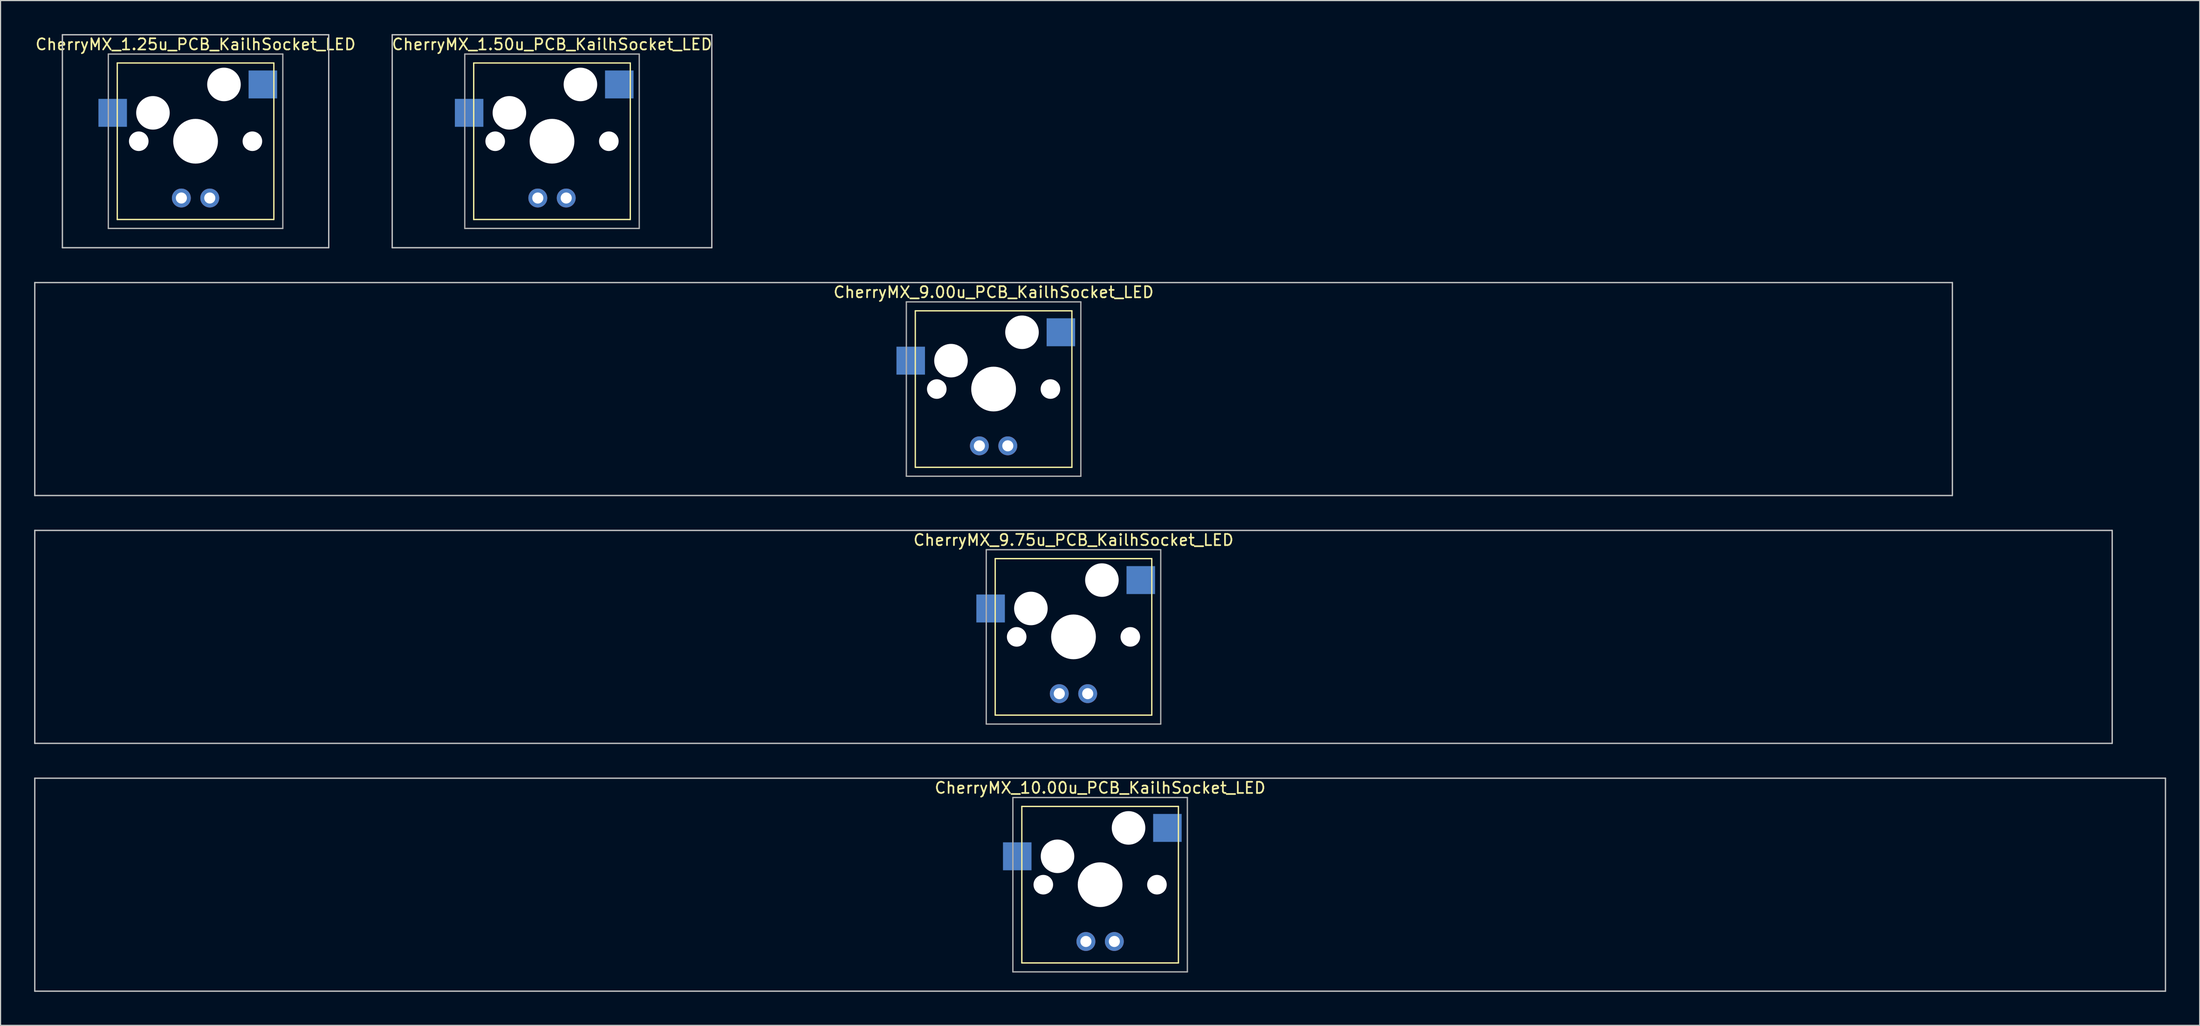
<source format=kicad_pcb>
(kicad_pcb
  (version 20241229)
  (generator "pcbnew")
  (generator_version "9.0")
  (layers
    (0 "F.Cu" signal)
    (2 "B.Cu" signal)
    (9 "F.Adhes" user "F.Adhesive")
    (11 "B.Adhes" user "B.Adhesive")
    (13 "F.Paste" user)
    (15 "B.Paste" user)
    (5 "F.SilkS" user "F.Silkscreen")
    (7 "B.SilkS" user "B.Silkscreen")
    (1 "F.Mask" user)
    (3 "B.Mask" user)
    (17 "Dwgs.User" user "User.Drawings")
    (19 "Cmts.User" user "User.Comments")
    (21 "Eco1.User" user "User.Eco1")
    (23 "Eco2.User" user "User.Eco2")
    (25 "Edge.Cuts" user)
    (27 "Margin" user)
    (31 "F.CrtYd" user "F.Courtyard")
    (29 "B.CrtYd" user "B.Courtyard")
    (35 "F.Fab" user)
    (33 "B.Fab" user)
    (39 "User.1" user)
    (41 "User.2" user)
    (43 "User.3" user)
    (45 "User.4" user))
  (footprint "CherryMX_1.50u_PCB_KailhSocket_LED"
    (layer "F.Cu")
    (at 46.304 9.585)
    (property "Reference" "CherryMX_1.50u_PCB_KailhSocket_LED" (at 0 -8.662 0) (layer "F.SilkS") (effects (font (size 1 1) (thickness 0.15))))
    (attr through_hole)
    (fp_line (start -7 -7) (end -7 7) (stroke (width 0.12) (type solid)) (layer "F.SilkS"))
    (fp_line (start -7 -7) (end 7 -7) (stroke (width 0.12) (type solid)) (layer "F.SilkS"))
    (fp_line (start 7 -7) (end 7 7) (stroke (width 0.12) (type solid)) (layer "F.SilkS"))
    (fp_line (start 7 7) (end -7 7) (stroke (width 0.12) (type solid)) (layer "F.SilkS"))
    (fp_line (start -14.287 -9.525) (end 14.287 -9.525) (stroke (width 0.12) (type solid)) (layer "Dwgs.User"))
    (fp_line (start -14.287 9.525) (end -14.287 -9.525) (stroke (width 0.12) (type solid)) (layer "Dwgs.User"))
    (fp_line (start 14.287 -9.525) (end 14.287 9.525) (stroke (width 0.12) (type solid)) (layer "Dwgs.User"))
    (fp_line (start 14.287 9.525) (end -14.287 9.525) (stroke (width 0.12) (type solid)) (layer "Dwgs.User"))
    (fp_line (start -7.8 -7.8) (end -7.8 7.8) (stroke (width 0.12) (type solid)) (layer "F.Fab"))
    (fp_line (start -7.8 -7.8) (end 7.8 -7.8) (stroke (width 0.12) (type solid)) (layer "F.Fab"))
    (fp_line (start -7.8 7.8) (end 7.8 7.8) (stroke (width 0.12) (type solid)) (layer "F.Fab"))
    (fp_line (start 7.8 -7.8) (end 7.8 7.8) (stroke (width 0.12) (type solid)) (layer "F.Fab"))
    (pad "" np_thru_hole circle (at -5.08 0) (size 1.75 1.75) (drill 1.75) (layers "*.Cu" "*.Mask"))
    (pad "" np_thru_hole circle (at -3.81 -2.54) (size 3 3) (drill 3) (layers "*.Cu" "*.Mask"))
    (pad "" np_thru_hole circle (at 0 0) (size 4 4) (drill 4) (layers "*.Cu" "*.Mask"))
    (pad "" np_thru_hole circle (at 2.54 -5.08) (size 3 3) (drill 3) (layers "*.Cu" "*.Mask"))
    (pad "" np_thru_hole circle (at 5.08 0) (size 1.75 1.75) (drill 1.75) (layers "*.Cu" "*.Mask"))
    (pad "1" smd rect (at -7.41 -2.54) (size 2.55 2.5) (layers "B.Cu" "B.Mask" "B.Paste"))
    (pad "2" smd rect (at 6.015 -5.08) (size 2.55 2.5) (layers "B.Cu" "B.Mask" "B.Paste"))
    (pad "3" thru_hole circle (at -1.27 5.08) (size 1.691 1.691) (drill 0.991) (layers "*.Cu" "*.Mask"))
    (pad "4" thru_hole circle (at 1.27 5.08) (size 1.691 1.691) (drill 0.991) (layers "*.Cu" "*.Mask")))
  (footprint "CherryMX_1.25u_PCB_KailhSocket_LED"
    (layer "F.Cu")
    (at 14.435 9.585)
    (property "Reference" "CherryMX_1.25u_PCB_KailhSocket_LED" (at 0 -8.662 0) (layer "F.SilkS") (effects (font (size 1 1) (thickness 0.15))))
    (attr through_hole)
    (fp_line (start -7 -7) (end -7 7) (stroke (width 0.12) (type solid)) (layer "F.SilkS"))
    (fp_line (start -7 -7) (end 7 -7) (stroke (width 0.12) (type solid)) (layer "F.SilkS"))
    (fp_line (start 7 -7) (end 7 7) (stroke (width 0.12) (type solid)) (layer "F.SilkS"))
    (fp_line (start 7 7) (end -7 7) (stroke (width 0.12) (type solid)) (layer "F.SilkS"))
    (fp_line (start -11.906 -9.525) (end 11.906 -9.525) (stroke (width 0.12) (type solid)) (layer "Dwgs.User"))
    (fp_line (start -11.906 9.525) (end -11.906 -9.525) (stroke (width 0.12) (type solid)) (layer "Dwgs.User"))
    (fp_line (start 11.906 -9.525) (end 11.906 9.525) (stroke (width 0.12) (type solid)) (layer "Dwgs.User"))
    (fp_line (start 11.906 9.525) (end -11.906 9.525) (stroke (width 0.12) (type solid)) (layer "Dwgs.User"))
    (fp_line (start -7.8 -7.8) (end -7.8 7.8) (stroke (width 0.12) (type solid)) (layer "F.Fab"))
    (fp_line (start -7.8 -7.8) (end 7.8 -7.8) (stroke (width 0.12) (type solid)) (layer "F.Fab"))
    (fp_line (start -7.8 7.8) (end 7.8 7.8) (stroke (width 0.12) (type solid)) (layer "F.Fab"))
    (fp_line (start 7.8 -7.8) (end 7.8 7.8) (stroke (width 0.12) (type solid)) (layer "F.Fab"))
    (pad "" np_thru_hole circle (at -5.08 0) (size 1.75 1.75) (drill 1.75) (layers "*.Cu" "*.Mask"))
    (pad "" np_thru_hole circle (at -3.81 -2.54) (size 3 3) (drill 3) (layers "*.Cu" "*.Mask"))
    (pad "" np_thru_hole circle (at 0 0) (size 4 4) (drill 4) (layers "*.Cu" "*.Mask"))
    (pad "" np_thru_hole circle (at 2.54 -5.08) (size 3 3) (drill 3) (layers "*.Cu" "*.Mask"))
    (pad "" np_thru_hole circle (at 5.08 0) (size 1.75 1.75) (drill 1.75) (layers "*.Cu" "*.Mask"))
    (pad "1" smd rect (at -7.41 -2.54) (size 2.55 2.5) (layers "B.Cu" "B.Mask" "B.Paste"))
    (pad "2" smd rect (at 6.015 -5.08) (size 2.55 2.5) (layers "B.Cu" "B.Mask" "B.Paste"))
    (pad "3" thru_hole circle (at -1.27 5.08) (size 1.691 1.691) (drill 0.991) (layers "*.Cu" "*.Mask"))
    (pad "4" thru_hole circle (at 1.27 5.08) (size 1.691 1.691) (drill 0.991) (layers "*.Cu" "*.Mask")))
  (footprint "CherryMX_9.75u_PCB_KailhSocket_LED"
    (layer "F.Cu")
    (at 92.929 53.925)
    (property "Reference" "CherryMX_9.75u_PCB_KailhSocket_LED" (at 0 -8.662 0) (layer "F.SilkS") (effects (font (size 1 1) (thickness 0.15))))
    (attr through_hole)
    (fp_line (start -7 -7) (end -7 7) (stroke (width 0.12) (type solid)) (layer "F.SilkS"))
    (fp_line (start -7 -7) (end 7 -7) (stroke (width 0.12) (type solid)) (layer "F.SilkS"))
    (fp_line (start 7 -7) (end 7 7) (stroke (width 0.12) (type solid)) (layer "F.SilkS"))
    (fp_line (start 7 7) (end -7 7) (stroke (width 0.12) (type solid)) (layer "F.SilkS"))
    (fp_line (start -92.869 -9.525) (end 92.869 -9.525) (stroke (width 0.12) (type solid)) (layer "Dwgs.User"))
    (fp_line (start -92.869 9.525) (end -92.869 -9.525) (stroke (width 0.12) (type solid)) (layer "Dwgs.User"))
    (fp_line (start 92.869 -9.525) (end 92.869 9.525) (stroke (width 0.12) (type solid)) (layer "Dwgs.User"))
    (fp_line (start 92.869 9.525) (end -92.869 9.525) (stroke (width 0.12) (type solid)) (layer "Dwgs.User"))
    (fp_line (start -7.8 -7.8) (end -7.8 7.8) (stroke (width 0.12) (type solid)) (layer "F.Fab"))
    (fp_line (start -7.8 -7.8) (end 7.8 -7.8) (stroke (width 0.12) (type solid)) (layer "F.Fab"))
    (fp_line (start -7.8 7.8) (end 7.8 7.8) (stroke (width 0.12) (type solid)) (layer "F.Fab"))
    (fp_line (start 7.8 -7.8) (end 7.8 7.8) (stroke (width 0.12) (type solid)) (layer "F.Fab"))
    (pad "" np_thru_hole circle (at -5.08 0) (size 1.75 1.75) (drill 1.75) (layers "*.Cu" "*.Mask"))
    (pad "" np_thru_hole circle (at -3.81 -2.54) (size 3 3) (drill 3) (layers "*.Cu" "*.Mask"))
    (pad "" np_thru_hole circle (at 0 0) (size 4 4) (drill 4) (layers "*.Cu" "*.Mask"))
    (pad "" np_thru_hole circle (at 2.54 -5.08) (size 3 3) (drill 3) (layers "*.Cu" "*.Mask"))
    (pad "" np_thru_hole circle (at 5.08 0) (size 1.75 1.75) (drill 1.75) (layers "*.Cu" "*.Mask"))
    (pad "1" smd rect (at -7.41 -2.54) (size 2.55 2.5) (layers "B.Cu" "B.Mask" "B.Paste"))
    (pad "2" smd rect (at 6.015 -5.08) (size 2.55 2.5) (layers "B.Cu" "B.Mask" "B.Paste"))
    (pad "3" thru_hole circle (at -1.27 5.08) (size 1.691 1.691) (drill 0.991) (layers "*.Cu" "*.Mask"))
    (pad "4" thru_hole circle (at 1.27 5.08) (size 1.691 1.691) (drill 0.991) (layers "*.Cu" "*.Mask")))
  (footprint "CherryMX_9.00u_PCB_KailhSocket_LED"
    (layer "F.Cu")
    (at 85.785 31.755)
    (property "Reference" "CherryMX_9.00u_PCB_KailhSocket_LED" (at 0 -8.662 0) (layer "F.SilkS") (effects (font (size 1 1) (thickness 0.15))))
    (attr through_hole)
    (fp_line (start -7 -7) (end -7 7) (stroke (width 0.12) (type solid)) (layer "F.SilkS"))
    (fp_line (start -7 -7) (end 7 -7) (stroke (width 0.12) (type solid)) (layer "F.SilkS"))
    (fp_line (start 7 -7) (end 7 7) (stroke (width 0.12) (type solid)) (layer "F.SilkS"))
    (fp_line (start 7 7) (end -7 7) (stroke (width 0.12) (type solid)) (layer "F.SilkS"))
    (fp_line (start -85.725 -9.525) (end 85.725 -9.525) (stroke (width 0.12) (type solid)) (layer "Dwgs.User"))
    (fp_line (start -85.725 9.525) (end -85.725 -9.525) (stroke (width 0.12) (type solid)) (layer "Dwgs.User"))
    (fp_line (start 85.725 -9.525) (end 85.725 9.525) (stroke (width 0.12) (type solid)) (layer "Dwgs.User"))
    (fp_line (start 85.725 9.525) (end -85.725 9.525) (stroke (width 0.12) (type solid)) (layer "Dwgs.User"))
    (fp_line (start -7.8 -7.8) (end -7.8 7.8) (stroke (width 0.12) (type solid)) (layer "F.Fab"))
    (fp_line (start -7.8 -7.8) (end 7.8 -7.8) (stroke (width 0.12) (type solid)) (layer "F.Fab"))
    (fp_line (start -7.8 7.8) (end 7.8 7.8) (stroke (width 0.12) (type solid)) (layer "F.Fab"))
    (fp_line (start 7.8 -7.8) (end 7.8 7.8) (stroke (width 0.12) (type solid)) (layer "F.Fab"))
    (pad "" np_thru_hole circle (at -5.08 0) (size 1.75 1.75) (drill 1.75) (layers "*.Cu" "*.Mask"))
    (pad "" np_thru_hole circle (at -3.81 -2.54) (size 3 3) (drill 3) (layers "*.Cu" "*.Mask"))
    (pad "" np_thru_hole circle (at 0 0) (size 4 4) (drill 4) (layers "*.Cu" "*.Mask"))
    (pad "" np_thru_hole circle (at 2.54 -5.08) (size 3 3) (drill 3) (layers "*.Cu" "*.Mask"))
    (pad "" np_thru_hole circle (at 5.08 0) (size 1.75 1.75) (drill 1.75) (layers "*.Cu" "*.Mask"))
    (pad "1" smd rect (at -7.41 -2.54) (size 2.55 2.5) (layers "B.Cu" "B.Mask" "B.Paste"))
    (pad "2" smd rect (at 6.015 -5.08) (size 2.55 2.5) (layers "B.Cu" "B.Mask" "B.Paste"))
    (pad "3" thru_hole circle (at -1.27 5.08) (size 1.691 1.691) (drill 0.991) (layers "*.Cu" "*.Mask"))
    (pad "4" thru_hole circle (at 1.27 5.08) (size 1.691 1.691) (drill 0.991) (layers "*.Cu" "*.Mask")))
  (footprint "CherryMX_10.00u_PCB_KailhSocket_LED"
    (layer "F.Cu")
    (at 95.31 76.095)
    (property "Reference" "CherryMX_10.00u_PCB_KailhSocket_LED" (at 0 -8.662 0) (layer "F.SilkS") (effects (font (size 1 1) (thickness 0.15))))
    (attr through_hole)
    (fp_line (start -7 -7) (end -7 7) (stroke (width 0.12) (type solid)) (layer "F.SilkS"))
    (fp_line (start -7 -7) (end 7 -7) (stroke (width 0.12) (type solid)) (layer "F.SilkS"))
    (fp_line (start 7 -7) (end 7 7) (stroke (width 0.12) (type solid)) (layer "F.SilkS"))
    (fp_line (start 7 7) (end -7 7) (stroke (width 0.12) (type solid)) (layer "F.SilkS"))
    (fp_line (start -95.25 -9.525) (end 95.25 -9.525) (stroke (width 0.12) (type solid)) (layer "Dwgs.User"))
    (fp_line (start -95.25 9.525) (end -95.25 -9.525) (stroke (width 0.12) (type solid)) (layer "Dwgs.User"))
    (fp_line (start 95.25 -9.525) (end 95.25 9.525) (stroke (width 0.12) (type solid)) (layer "Dwgs.User"))
    (fp_line (start 95.25 9.525) (end -95.25 9.525) (stroke (width 0.12) (type solid)) (layer "Dwgs.User"))
    (fp_line (start -7.8 -7.8) (end -7.8 7.8) (stroke (width 0.12) (type solid)) (layer "F.Fab"))
    (fp_line (start -7.8 -7.8) (end 7.8 -7.8) (stroke (width 0.12) (type solid)) (layer "F.Fab"))
    (fp_line (start -7.8 7.8) (end 7.8 7.8) (stroke (width 0.12) (type solid)) (layer "F.Fab"))
    (fp_line (start 7.8 -7.8) (end 7.8 7.8) (stroke (width 0.12) (type solid)) (layer "F.Fab"))
    (pad "" np_thru_hole circle (at -5.08 0) (size 1.75 1.75) (drill 1.75) (layers "*.Cu" "*.Mask"))
    (pad "" np_thru_hole circle (at -3.81 -2.54) (size 3 3) (drill 3) (layers "*.Cu" "*.Mask"))
    (pad "" np_thru_hole circle (at 0 0) (size 4 4) (drill 4) (layers "*.Cu" "*.Mask"))
    (pad "" np_thru_hole circle (at 2.54 -5.08) (size 3 3) (drill 3) (layers "*.Cu" "*.Mask"))
    (pad "" np_thru_hole circle (at 5.08 0) (size 1.75 1.75) (drill 1.75) (layers "*.Cu" "*.Mask"))
    (pad "1" smd rect (at -7.41 -2.54) (size 2.55 2.5) (layers "B.Cu" "B.Mask" "B.Paste"))
    (pad "2" smd rect (at 6.015 -5.08) (size 2.55 2.5) (layers "B.Cu" "B.Mask" "B.Paste"))
    (pad "3" thru_hole circle (at -1.27 5.08) (size 1.691 1.691) (drill 0.991) (layers "*.Cu" "*.Mask"))
    (pad "4" thru_hole circle (at 1.27 5.08) (size 1.691 1.691) (drill 0.991) (layers "*.Cu" "*.Mask")))
  (gr_rect
    (start -3 -3)
    (end 193.62 88.68)
    (stroke (width 0.1) (type default))
    (fill no)
    (layer "Edge.Cuts")))
</source>
